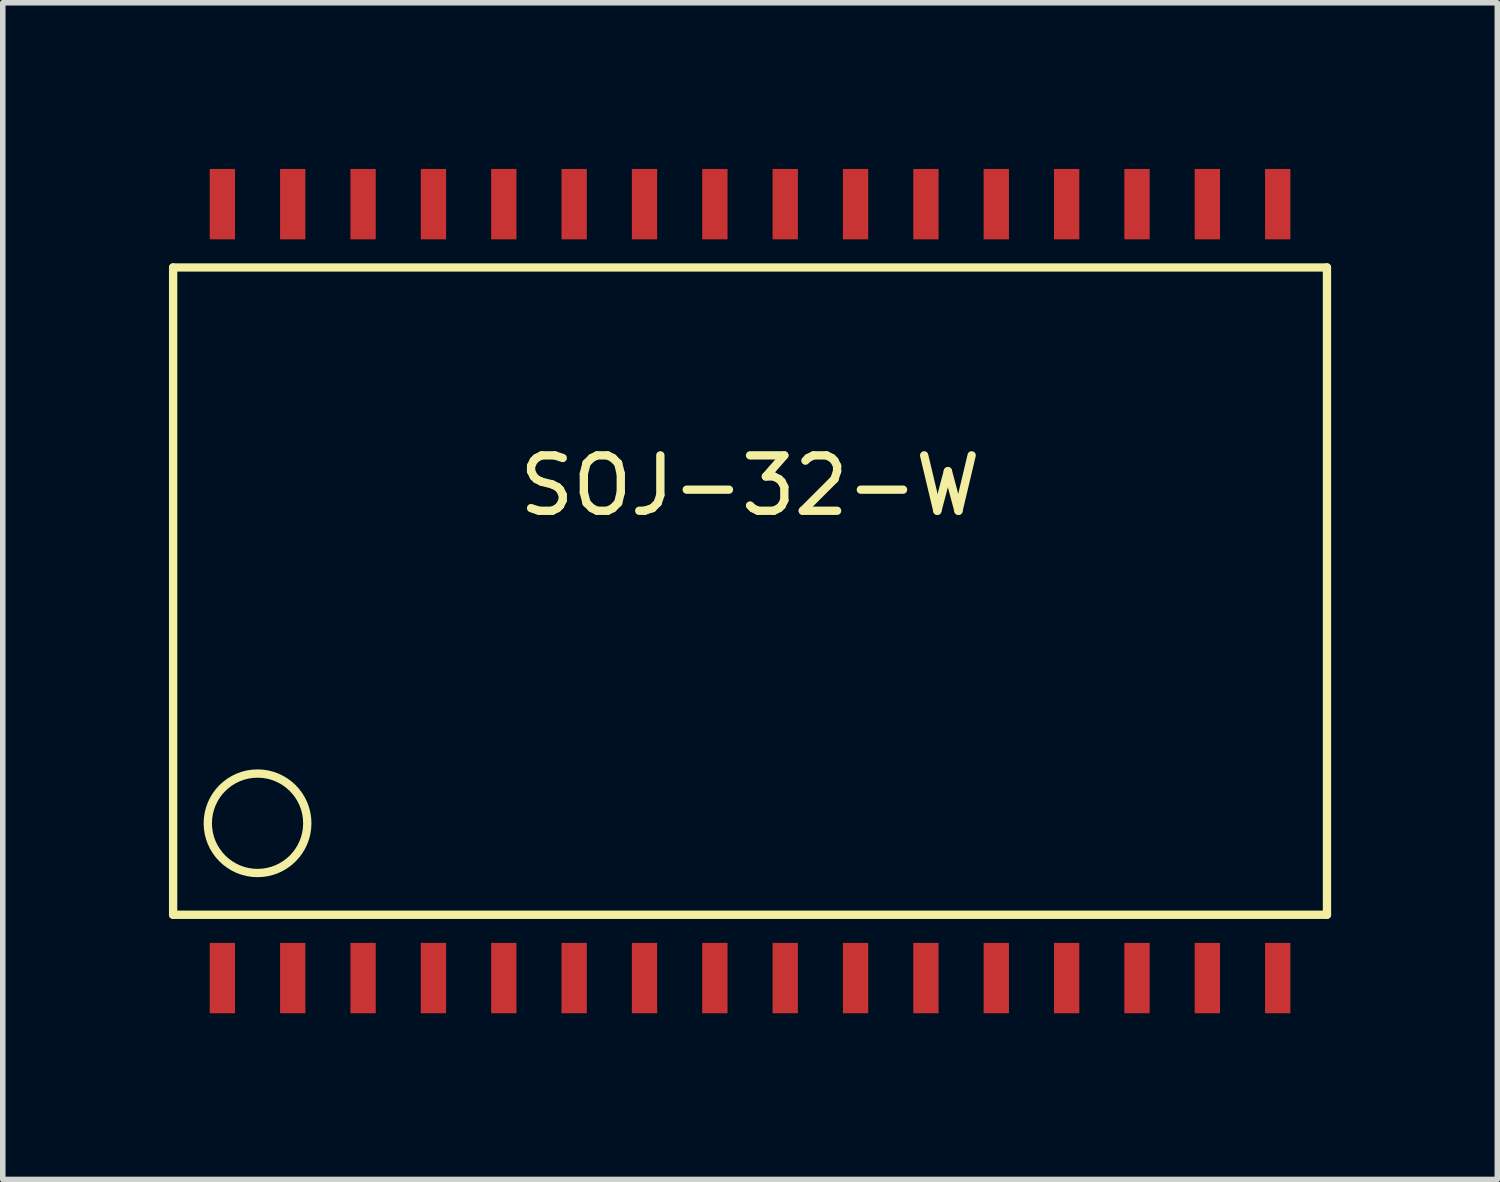
<source format=kicad_pcb>
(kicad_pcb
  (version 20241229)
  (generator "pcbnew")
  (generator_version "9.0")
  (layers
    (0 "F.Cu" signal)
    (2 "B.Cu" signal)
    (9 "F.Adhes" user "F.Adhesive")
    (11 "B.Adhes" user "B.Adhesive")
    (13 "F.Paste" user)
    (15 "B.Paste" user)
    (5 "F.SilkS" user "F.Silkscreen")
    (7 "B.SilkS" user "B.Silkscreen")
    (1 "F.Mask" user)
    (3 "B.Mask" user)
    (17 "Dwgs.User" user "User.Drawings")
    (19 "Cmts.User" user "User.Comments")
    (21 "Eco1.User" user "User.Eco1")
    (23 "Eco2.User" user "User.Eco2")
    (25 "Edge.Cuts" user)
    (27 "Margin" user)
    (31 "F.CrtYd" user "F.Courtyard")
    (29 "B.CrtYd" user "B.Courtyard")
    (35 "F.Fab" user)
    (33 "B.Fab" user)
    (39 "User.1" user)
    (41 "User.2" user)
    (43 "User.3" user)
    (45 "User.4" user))
  (footprint "SOJ-32-W"
    (layer "F.Cu")
    (at 10.489 7.62)
    (property "Reference" "SOJ-32-W" (at 0 -1.905 0) (layer "F.SilkS") (effects (font (size 1 1) (thickness 0.15))))
    (attr smd)
    (fp_line (start -10.414 -5.842) (end 10.414 -5.842) (stroke (width 0.15) (type solid)) (layer "F.SilkS"))
    (fp_line (start -10.414 5.842) (end -10.414 -5.842) (stroke (width 0.15) (type solid)) (layer "F.SilkS"))
    (fp_line (start 10.414 -5.842) (end 10.414 5.842) (stroke (width 0.15) (type solid)) (layer "F.SilkS"))
    (fp_line (start 10.414 5.842) (end -10.414 5.842) (stroke (width 0.15) (type solid)) (layer "F.SilkS"))
    (fp_circle (center -8.89 4.191) (end -9.525 3.556) (stroke (width 0.15) (type solid)) (fill no) (layer "F.SilkS"))
    (pad "1" smd rect (at -9.525 6.985) (size 0.457 1.27) (layers "F.Cu" "F.Mask" "F.Paste"))
    (pad "2" smd rect (at -8.255 6.985) (size 0.457 1.27) (layers "F.Cu" "F.Mask" "F.Paste"))
    (pad "3" smd rect (at -6.985 6.985) (size 0.457 1.27) (layers "F.Cu" "F.Mask" "F.Paste"))
    (pad "4" smd rect (at -5.715 6.985) (size 0.457 1.27) (layers "F.Cu" "F.Mask" "F.Paste"))
    (pad "5" smd rect (at -4.445 6.985) (size 0.457 1.27) (layers "F.Cu" "F.Mask" "F.Paste"))
    (pad "6" smd rect (at -3.175 6.985) (size 0.457 1.27) (layers "F.Cu" "F.Mask" "F.Paste"))
    (pad "7" smd rect (at -1.905 6.985) (size 0.457 1.27) (layers "F.Cu" "F.Mask" "F.Paste"))
    (pad "8" smd rect (at -0.635 6.985) (size 0.457 1.27) (layers "F.Cu" "F.Mask" "F.Paste"))
    (pad "9" smd rect (at 0.635 6.985) (size 0.457 1.27) (layers "F.Cu" "F.Mask" "F.Paste"))
    (pad "10" smd rect (at 1.905 6.985) (size 0.457 1.27) (layers "F.Cu" "F.Mask" "F.Paste"))
    (pad "11" smd rect (at 3.175 6.985) (size 0.457 1.27) (layers "F.Cu" "F.Mask" "F.Paste"))
    (pad "12" smd rect (at 4.445 6.985) (size 0.457 1.27) (layers "F.Cu" "F.Mask" "F.Paste"))
    (pad "13" smd rect (at 5.715 6.985) (size 0.457 1.27) (layers "F.Cu" "F.Mask" "F.Paste"))
    (pad "14" smd rect (at 6.985 6.985) (size 0.457 1.27) (layers "F.Cu" "F.Mask" "F.Paste"))
    (pad "15" smd rect (at 8.255 6.985) (size 0.457 1.27) (layers "F.Cu" "F.Mask" "F.Paste"))
    (pad "16" smd rect (at 9.525 6.985) (size 0.457 1.27) (layers "F.Cu" "F.Mask" "F.Paste"))
    (pad "17" smd rect (at 9.525 -6.985) (size 0.457 1.27) (layers "F.Cu" "F.Mask" "F.Paste"))
    (pad "18" smd rect (at 8.255 -6.985) (size 0.457 1.27) (layers "F.Cu" "F.Mask" "F.Paste"))
    (pad "19" smd rect (at 6.985 -6.985) (size 0.457 1.27) (layers "F.Cu" "F.Mask" "F.Paste"))
    (pad "20" smd rect (at 5.715 -6.985) (size 0.457 1.27) (layers "F.Cu" "F.Mask" "F.Paste"))
    (pad "21" smd rect (at 4.445 -6.985) (size 0.457 1.27) (layers "F.Cu" "F.Mask" "F.Paste"))
    (pad "22" smd rect (at 3.175 -6.985) (size 0.457 1.27) (layers "F.Cu" "F.Mask" "F.Paste"))
    (pad "23" smd rect (at 1.905 -6.985) (size 0.457 1.27) (layers "F.Cu" "F.Mask" "F.Paste"))
    (pad "24" smd rect (at 0.635 -6.985) (size 0.457 1.27) (layers "F.Cu" "F.Mask" "F.Paste"))
    (pad "25" smd rect (at -0.635 -6.985) (size 0.457 1.27) (layers "F.Cu" "F.Mask" "F.Paste"))
    (pad "26" smd rect (at -1.905 -6.985) (size 0.457 1.27) (layers "F.Cu" "F.Mask" "F.Paste"))
    (pad "27" smd rect (at -3.175 -6.985) (size 0.457 1.27) (layers "F.Cu" "F.Mask" "F.Paste"))
    (pad "28" smd rect (at -4.445 -6.985) (size 0.457 1.27) (layers "F.Cu" "F.Mask" "F.Paste"))
    (pad "29" smd rect (at -5.715 -6.985) (size 0.457 1.27) (layers "F.Cu" "F.Mask" "F.Paste"))
    (pad "30" smd rect (at -6.985 -6.985) (size 0.457 1.27) (layers "F.Cu" "F.Mask" "F.Paste"))
    (pad "31" smd rect (at -8.255 -6.985) (size 0.457 1.27) (layers "F.Cu" "F.Mask" "F.Paste"))
    (pad "32" smd rect (at -9.525 -6.985) (size 0.457 1.27) (layers "F.Cu" "F.Mask" "F.Paste")))
  (gr_rect
    (start -3 -3)
    (end 23.978 18.24)
    (stroke (width 0.1) (type default))
    (fill no)
    (layer "Edge.Cuts")))
</source>
